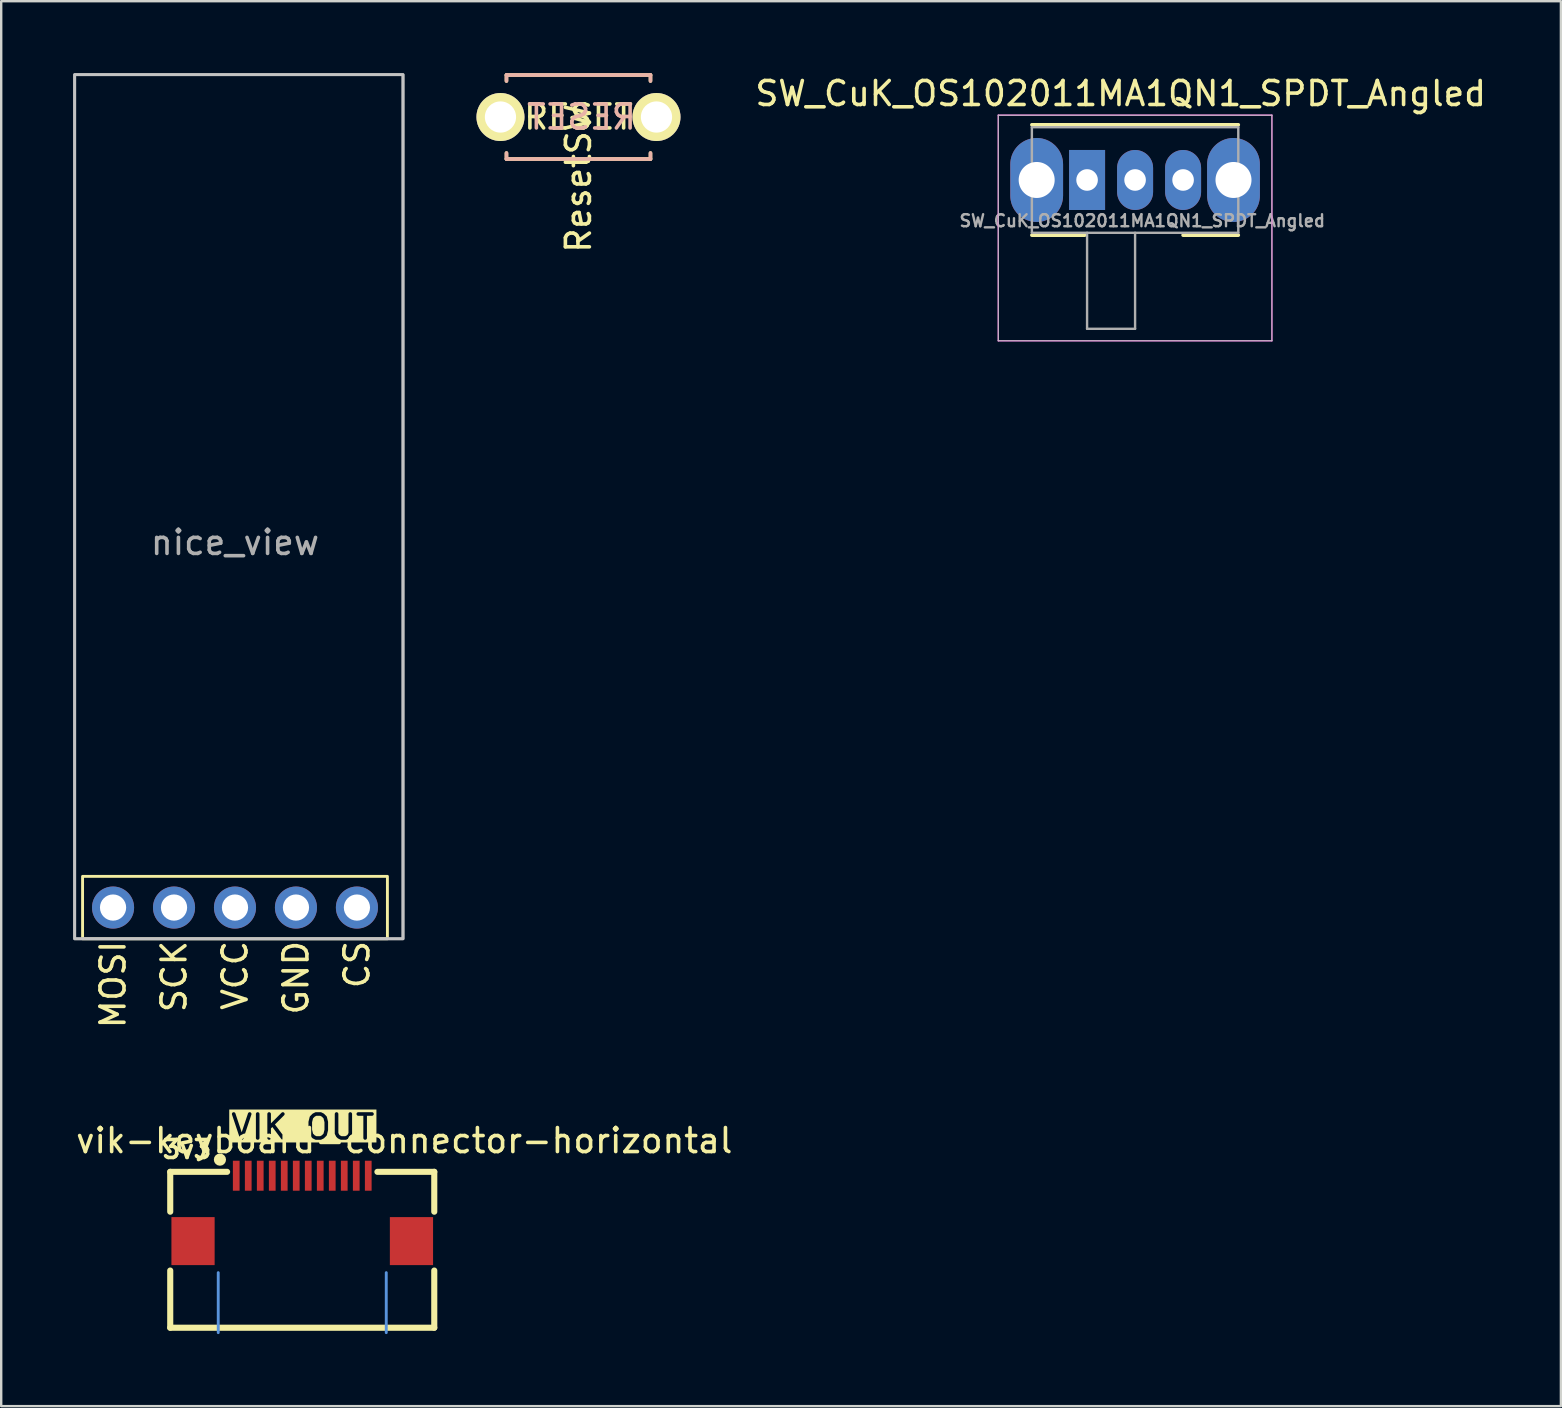
<source format=kicad_pcb>
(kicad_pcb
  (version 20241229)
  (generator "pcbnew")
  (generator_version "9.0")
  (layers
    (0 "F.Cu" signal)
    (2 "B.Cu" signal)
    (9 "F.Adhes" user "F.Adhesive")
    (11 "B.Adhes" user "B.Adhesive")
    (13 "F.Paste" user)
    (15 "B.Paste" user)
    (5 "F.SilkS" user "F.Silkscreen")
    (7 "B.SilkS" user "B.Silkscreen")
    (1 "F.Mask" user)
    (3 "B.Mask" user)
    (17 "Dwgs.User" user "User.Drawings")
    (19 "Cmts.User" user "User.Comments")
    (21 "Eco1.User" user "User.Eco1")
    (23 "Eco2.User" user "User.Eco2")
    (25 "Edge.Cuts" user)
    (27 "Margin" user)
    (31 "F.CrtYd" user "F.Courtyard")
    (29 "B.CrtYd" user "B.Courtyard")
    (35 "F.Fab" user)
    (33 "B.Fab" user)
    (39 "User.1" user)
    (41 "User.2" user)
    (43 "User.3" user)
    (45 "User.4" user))
  (footprint "nice_view"
    (layer "F.Cu")
    (at 6.74 18.28)
    (property "Reference" "nice_view" (at 0 1.27 0) (unlocked yes) (layer "F.Fab") (effects (font (size 1 1) (thickness 0.15))))
    (attr through_hole exclude_from_pos_files exclude_from_bom)
    (fp_rect (start -6.35 15.18) (end 6.35 17.78) (stroke (width 0.12) (type solid)) (fill no) (layer "F.SilkS"))
    (fp_rect (start 7 17.78) (end -6.68 -18.22) (stroke (width 0.12) (type solid)) (fill no) (layer "Dwgs.User"))
    (fp_rect (start 7 17.78) (end -6.68 -18.22) (stroke (width 0.12) (type solid)) (fill no) (layer "F.Fab"))
    (fp_text user "SCK" (at -2.54 17.78 90) (unlocked yes) (layer "F.SilkS") (effects (font (size 1 1) (thickness 0.15)) (justify right)))
    (fp_text user "CS" (at 5.08 17.78 90) (unlocked yes) (layer "F.SilkS") (effects (font (size 1 1) (thickness 0.15)) (justify right)))
    (fp_text user "GND" (at 2.54 17.78 90) (unlocked yes) (layer "F.SilkS") (effects (font (size 1 1) (thickness 0.15)) (justify right)))
    (fp_text user "VCC" (at 0 17.78 90) (unlocked yes) (layer "F.SilkS") (effects (font (size 1 1) (thickness 0.15)) (justify right)))
    (fp_text user "MOSI" (at -5.08 17.78 90) (unlocked yes) (layer "F.SilkS") (effects (font (size 1 1) (thickness 0.15)) (justify right)))
    (pad "1" thru_hole circle (at -5.08 16.48) (size 1.753 1.753) (drill 1.092) (layers "*.Cu" "*.Mask"))
    (pad "2" thru_hole circle (at -2.54 16.48) (size 1.753 1.753) (drill 1.092) (layers "*.Cu" "*.Mask"))
    (pad "3" thru_hole circle (at 0 16.48) (size 1.753 1.753) (drill 1.092) (layers "*.Cu" "*.Mask"))
    (pad "4" thru_hole circle (at 2.54 16.48) (size 1.753 1.753) (drill 1.092) (layers "*.Cu" "*.Mask"))
    (pad "5" thru_hole circle (at 5.08 16.48) (size 1.753 1.753) (drill 1.092) (layers "*.Cu" "*.Mask")))
  (footprint "vik-keyboard-connector-horizontal"
    (layer "F.Cu")
    (at 9.542 47.97)
    (property "Reference" "vik-keyboard-connector-horizontal" (at 4.25 -3.5 0) (unlocked yes) (layer "F.SilkS") (effects (font (size 1 1) (thickness 0.15))))
    (attr smd)
    (fp_line (start -5.5 -2.2) (end -3.131 -2.2) (stroke (width 0.254) (type solid)) (layer "F.SilkS"))
    (fp_line (start -5.5 -0.539) (end -5.5 -2.2) (stroke (width 0.254) (type solid)) (layer "F.SilkS"))
    (fp_line (start -5.5 4.295) (end -5.5 1.912) (stroke (width 0.254) (type solid)) (layer "F.SilkS"))
    (fp_line (start 5.5 -2.2) (end 3.131 -2.2) (stroke (width 0.254) (type solid)) (layer "F.SilkS"))
    (fp_line (start 5.5 -0.539) (end 5.5 -2.2) (stroke (width 0.254) (type solid)) (layer "F.SilkS"))
    (fp_line (start 5.5 4.295) (end -5.5 4.295) (stroke (width 0.254) (type solid)) (layer "F.SilkS"))
    (fp_line (start 5.5 4.295) (end 5.5 1.912) (stroke (width 0.254) (type solid)) (layer "F.SilkS"))
    (fp_circle (center -3.429 -2.708) (end -3.302 -2.708) (stroke (width 0.254) (type solid)) (fill no) (layer "F.SilkS"))
    (fp_line (start -3.5 2) (end -3.5 4.5) (stroke (width 0.12) (type default)) (layer "Cmts.User"))
    (fp_line (start 3.5 2) (end 3.5 4.5) (stroke (width 0.12) (type default)) (layer "Cmts.User"))
    (fp_text user "VIK OUT" (at -3.05 -3.48 0) (unlocked yes) (layer "F.SilkS" knockout) (effects (font (size 1 1) (thickness 0.15)) (justify left bottom)))
    (fp_text user "3v3" (at -5.9 -2.7 0) (unlocked yes) (layer "F.SilkS") (effects (font (size 0.75 0.75) (thickness 0.15)) (justify left bottom)))
    (fp_text user "C479750" (at 0 0.75 180) (layer "User.2") (effects (font (size 1 1) (thickness 0.15))))
    (pad "1" smd rect (at -2.75 -2.038) (size 0.28 1.25) (layers "F.Cu" "F.Mask" "F.Paste"))
    (pad "2" smd rect (at -2.25 -2.038) (size 0.28 1.25) (layers "F.Cu" "F.Mask" "F.Paste"))
    (pad "3" smd rect (at -1.75 -2.038) (size 0.28 1.25) (layers "F.Cu" "F.Mask" "F.Paste"))
    (pad "4" smd rect (at -1.25 -2.038) (size 0.28 1.25) (layers "F.Cu" "F.Mask" "F.Paste"))
    (pad "5" smd rect (at -0.75 -2.038) (size 0.28 1.25) (layers "F.Cu" "F.Mask" "F.Paste"))
    (pad "6" smd rect (at -0.25 -2.038) (size 0.28 1.25) (layers "F.Cu" "F.Mask" "F.Paste"))
    (pad "7" smd rect (at 0.25 -2.038) (size 0.28 1.25) (layers "F.Cu" "F.Mask" "F.Paste"))
    (pad "8" smd rect (at 0.75 -2.038) (size 0.28 1.25) (layers "F.Cu" "F.Mask" "F.Paste"))
    (pad "9" smd rect (at 1.25 -2.038) (size 0.28 1.25) (layers "F.Cu" "F.Mask" "F.Paste"))
    (pad "10" smd rect (at 1.75 -2.038) (size 0.28 1.25) (layers "F.Cu" "F.Mask" "F.Paste"))
    (pad "11" smd rect (at 2.25 -2.038) (size 0.28 1.25) (layers "F.Cu" "F.Mask" "F.Paste"))
    (pad "12" smd rect (at 2.75 -2.038) (size 0.28 1.25) (layers "F.Cu" "F.Mask" "F.Paste"))
    (pad "13" smd rect (at 4.55 0.686) (size 1.8 2) (layers "F.Cu" "F.Mask" "F.Paste"))
    (pad "14" smd rect (at -4.55 0.686) (size 1.8 2) (layers "F.Cu" "F.Mask" "F.Paste")))
  (footprint "SW_CuK_OS102011MA1QN1_SPDT_Angled"
    (layer "F.Cu")
    (at 42.239 4.448)
    (property "Reference" "SW_CuK_OS102011MA1QN1_SPDT_Angled" (at 1.4 -3.6 180) (layer "F.SilkS") (effects (font (size 1 1) (thickness 0.15))))
    (attr through_hole exclude_from_pos_files exclude_from_bom)
    (fp_line (start -2.3 -2.3) (end 6.3 -2.3) (stroke (width 0.15) (type solid)) (layer "F.SilkS"))
    (fp_line (start -2.3 2.3) (end -0.1 2.3) (stroke (width 0.15) (type solid)) (layer "F.SilkS"))
    (fp_line (start 4 2.3) (end 6.3 2.3) (stroke (width 0.15) (type solid)) (layer "F.SilkS"))
    (fp_line (start -3.7 -2.7) (end 7.7 -2.7) (stroke (width 0.05) (type solid)) (layer "Dwgs.User"))
    (fp_line (start -3.7 6.7) (end -3.7 -2.7) (stroke (width 0.05) (type solid)) (layer "Dwgs.User"))
    (fp_line (start 7.7 -2.7) (end 7.7 6.7) (stroke (width 0.05) (type solid)) (layer "Dwgs.User"))
    (fp_line (start 7.7 6.7) (end -3.7 6.7) (stroke (width 0.05) (type solid)) (layer "Dwgs.User"))
    (fp_line (start -3.7 -2.7) (end 7.7 -2.7) (stroke (width 0.05) (type solid)) (layer "F.CrtYd"))
    (fp_line (start -3.7 6.7) (end -3.7 -2.7) (stroke (width 0.05) (type solid)) (layer "F.CrtYd"))
    (fp_line (start 7.7 -2.7) (end 7.7 6.7) (stroke (width 0.05) (type solid)) (layer "F.CrtYd"))
    (fp_line (start 7.7 6.7) (end -3.7 6.7) (stroke (width 0.05) (type solid)) (layer "F.CrtYd"))
    (fp_line (start -2.3 -2.2) (end -2.3 2.2) (stroke (width 0.1) (type solid)) (layer "F.Fab"))
    (fp_line (start -2.3 -2.2) (end 6.3 -2.2) (stroke (width 0.1) (type solid)) (layer "F.Fab"))
    (fp_line (start -2.3 2.2) (end 6.3 2.2) (stroke (width 0.1) (type solid)) (layer "F.Fab"))
    (fp_line (start 0 6.2) (end 0 2.2) (stroke (width 0.1) (type solid)) (layer "F.Fab"))
    (fp_line (start 2 2.2) (end 2 6.2) (stroke (width 0.1) (type solid)) (layer "F.Fab"))
    (fp_line (start 2 6.2) (end 0 6.2) (stroke (width 0.1) (type solid)) (layer "F.Fab"))
    (fp_line (start 6.3 2.2) (end 6.3 -2.2) (stroke (width 0.1) (type solid)) (layer "F.Fab"))
    (fp_text user "${REFERENCE}" (at 2.3 1.7 180) (layer "F.Fab") (effects (font (size 0.5 0.5) (thickness 0.1))))
    (pad "" thru_hole oval (at -2.1 0) (size 2.2 3.5) (drill 1.5) (layers "*.Cu" "*.Mask"))
    (pad "" thru_hole oval (at 6.1 0) (size 2.2 3.5) (drill 1.5) (layers "*.Cu" "*.Mask"))
    (pad "1" thru_hole rect (at 0 0) (size 1.5 2.5) (drill 0.9) (layers "*.Cu" "*.Mask"))
    (pad "2" thru_hole oval (at 2 0) (size 1.5 2.5) (drill 0.9) (layers "*.Cu" "*.Mask"))
    (pad "3" thru_hole oval (at 4 0) (size 1.5 2.5) (drill 0.9) (layers "*.Cu" "*.Mask")))
  (footprint "ResetSW"
    (layer "F.Cu")
    (at 21.05 1.825)
    (property "Reference" "ResetSW" (at 0 2.55 270) (layer "F.SilkS") (effects (font (size 1 1) (thickness 0.15))))
    (attr through_hole exclude_from_pos_files exclude_from_bom)
    (fp_line (start -3 -1.75) (end -3 -1.5) (stroke (width 0.15) (type solid)) (layer "F.SilkS"))
    (fp_line (start -3 -1.75) (end 3 -1.75) (stroke (width 0.15) (type solid)) (layer "F.SilkS"))
    (fp_line (start -3 1.75) (end -3 1.5) (stroke (width 0.15) (type solid)) (layer "F.SilkS"))
    (fp_line (start -3 1.75) (end 3 1.75) (stroke (width 0.15) (type solid)) (layer "F.SilkS"))
    (fp_line (start 3 -1.75) (end 3 -1.5) (stroke (width 0.15) (type solid)) (layer "F.SilkS"))
    (fp_line (start 3 1.75) (end 3 1.5) (stroke (width 0.15) (type solid)) (layer "F.SilkS"))
    (fp_line (start -3 -1.75) (end 3 -1.75) (stroke (width 0.15) (type solid)) (layer "B.SilkS"))
    (fp_line (start -3 -1.5) (end -3 -1.75) (stroke (width 0.15) (type solid)) (layer "B.SilkS"))
    (fp_line (start -3 1.75) (end -3 1.5) (stroke (width 0.15) (type solid)) (layer "B.SilkS"))
    (fp_line (start 3 -1.75) (end 3 -1.5) (stroke (width 0.15) (type solid)) (layer "B.SilkS"))
    (fp_line (start 3 1.5) (end 3 1.75) (stroke (width 0.15) (type solid)) (layer "B.SilkS"))
    (fp_line (start 3 1.75) (end -3 1.75) (stroke (width 0.15) (type solid)) (layer "B.SilkS"))
    (fp_text user "RESET" (at 0 0 180) (layer "F.SilkS") (effects (font (size 1 1) (thickness 0.15))))
    (fp_text user "RESET" (at 0.127 0 180) (layer "B.SilkS") (effects (font (size 1 1) (thickness 0.15)) (justify mirror)))
    (pad "1" thru_hole circle (at 3.25 0) (size 2 2) (drill 1.3) (layers "*.Cu" "*.Mask" "F.SilkS"))
    (pad "2" thru_hole circle (at -3.25 0) (size 2 2) (drill 1.3) (layers "*.Cu" "*.Mask" "F.SilkS")))
  (gr_rect
    (start -3 -3)
    (end 61.979 55.53)
    (stroke (width 0.1) (type default))
    (fill no)
    (layer "Edge.Cuts")))
</source>
